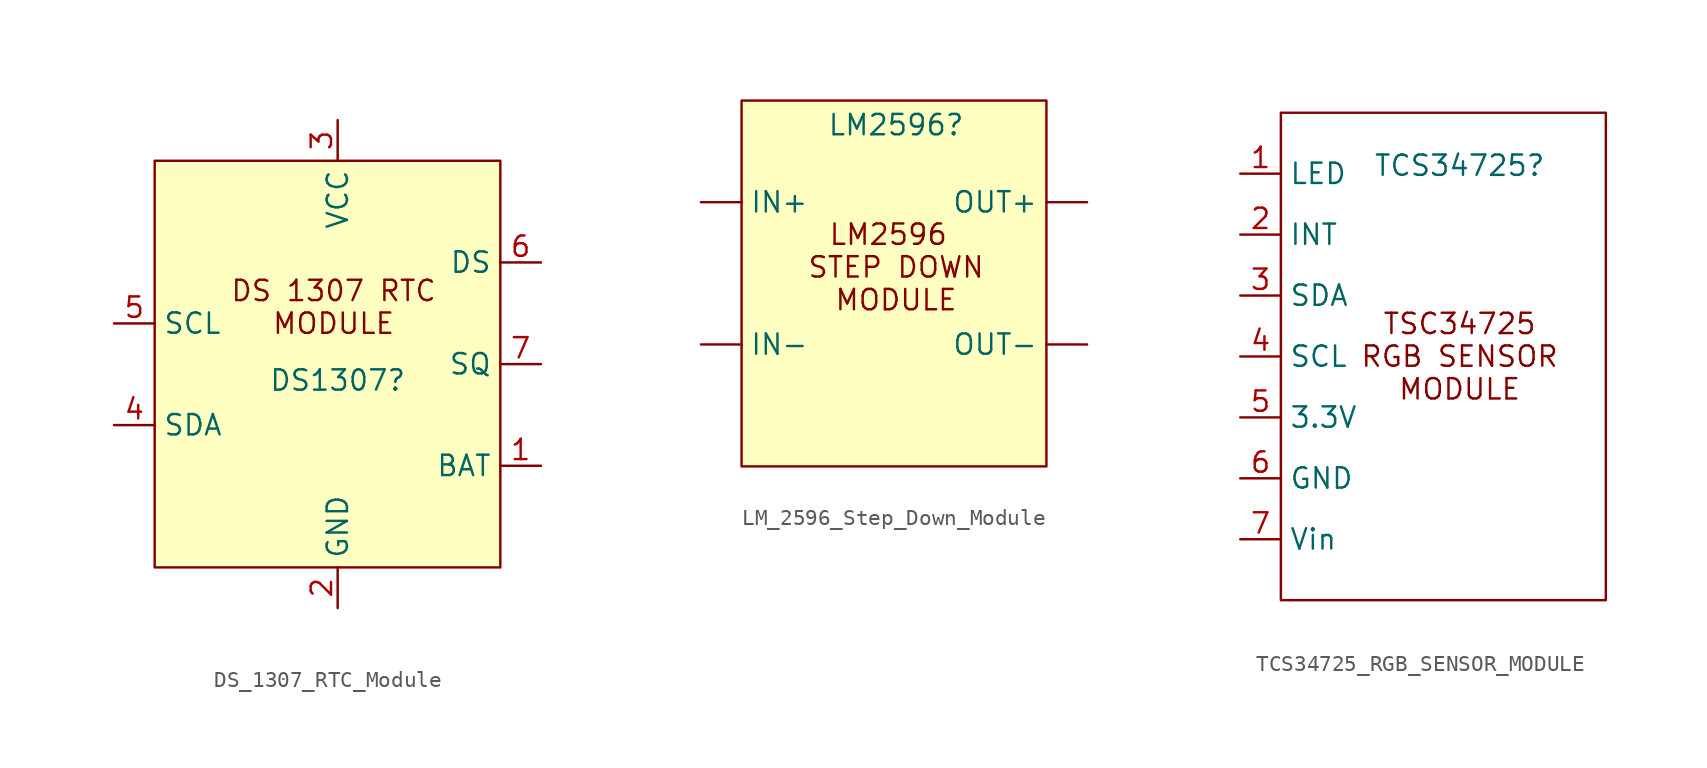
<source format=kicad_sym>
(kicad_symbol_lib
  (version 20231120)
  (generator "kicad_symbol_editor")
  (generator_version "8.0")
  (symbol "DS_1307_RTC_Module"
    (property "Reference" "DS1307"
      (at 0 0.254 0)
      (effects (font (size 1.27 1.27))))
    (property "Value" ""
      (at 0 0 0)
      (effects (font (size 1.27 1.27))))
    (symbol "DS_1307_RTC_Module_1_1"
      (rectangle (start -11.43 13.97) (end 10.16 -11.43) (stroke (width 0) (type default)) (fill (type background)))
      (text "DS 1307 RTC\nMODULE" (at -0.254 4.826 0) (effects (font (size 1.27 1.27))))
      (pin output line (at 12.7 -5.08 180) (length 2.54) (name "BAT" (effects (font (size 1.27 1.27)))) (number "1" (effects (font (size 1.27 1.27)))))
      (pin power_in line (at 0 -13.97 90) (length 2.54) (name "GND" (effects (font (size 1.27 1.27)))) (number "2" (effects (font (size 1.27 1.27)))))
      (pin power_in line (at 0 16.51 270) (length 2.54) (name "VCC" (effects (font (size 1.27 1.27)))) (number "3" (effects (font (size 1.27 1.27)))))
      (pin output line (at -13.97 -2.54 0) (length 2.54) (name "SDA" (effects (font (size 1.27 1.27)))) (number "4" (effects (font (size 1.27 1.27)))))
      (pin input line (at -13.97 3.81 0) (length 2.54) (name "SCL" (effects (font (size 1.27 1.27)))) (number "5" (effects (font (size 1.27 1.27)))))
      (pin input line (at 12.7 7.62 180) (length 2.54) (name "DS" (effects (font (size 1.27 1.27)))) (number "6" (effects (font (size 1.27 1.27)))))
      (pin input line (at 12.7 1.27 180) (length 2.54) (name "SQ" (effects (font (size 1.27 1.27)))) (number "7" (effects (font (size 1.27 1.27)))))))
  (symbol "LM_2596_Step_Down_Module"
    (property "Reference" "LM2596"
      (at -0.508 8.636 0)
      (effects (font (size 1.27 1.27))))
    (property "Value" ""
      (at 0 0 0)
      (effects (font (size 1.27 1.27))))
    (symbol "LM_2596_Step_Down_Module_1_1"
      (rectangle (start -10.16 10.16) (end 8.89 -12.7) (stroke (width 0) (type default)) (fill (type background)))
      (text "LM2596 \nSTEP DOWN\nMODULE" (at -0.508 -0.254 0) (effects (font (size 1.27 1.27))))
      (pin power_in line (at -12.7 3.81 0) (length 2.54) (name "IN+" (effects (font (size 1.27 1.27)))) (number "" (effects (font (size 1.27 1.27)))))
      (pin power_in line (at -12.7 -5.08 0) (length 2.54) (name "IN-" (effects (font (size 1.27 1.27)))) (number "" (effects (font (size 1.27 1.27)))))
      (pin power_out line (at 11.43 3.81 180) (length 2.54) (name "OUT+" (effects (font (size 1.27 1.27)))) (number "" (effects (font (size 1.27 1.27)))))
      (pin power_out line (at 11.43 -5.08 180) (length 2.54) (name "OUT-" (effects (font (size 1.27 1.27)))) (number "" (effects (font (size 1.27 1.27)))))))
  (symbol "TCS34725_RGB_SENSOR_MODULE"
    (property "Reference" "TCS34725"
      (at 1.016 11.938 0)
      (effects (font (size 1.27 1.27))))
    (property "Value" ""
      (at -3.81 1.27 0)
      (effects (font (size 1.27 1.27))))
    (symbol "TCS34725_RGB_SENSOR_MODULE_0_1"
      (rectangle (start -10.16 15.24) (end 10.16 -15.24) (stroke (width 0) (type default)) (fill (type none))))
    (symbol "TCS34725_RGB_SENSOR_MODULE_1_1"
      (text "TSC34725\nRGB SENSOR\nMODULE" (at 1.016 0 0) (effects (font (size 1.27 1.27))))
      (pin input line (at -12.7 11.43 0) (length 2.54) (name "LED" (effects (font (size 1.27 1.27)))) (number "1" (effects (font (size 1.27 1.27)))))
      (pin input line (at -12.7 7.62 0) (length 2.54) (name "INT" (effects (font (size 1.27 1.27)))) (number "2" (effects (font (size 1.27 1.27)))))
      (pin bidirectional line (at -12.7 3.81 0) (length 2.54) (name "SDA" (effects (font (size 1.27 1.27)))) (number "3" (effects (font (size 1.27 1.27)))))
      (pin input line (at -12.7 0 0) (length 2.54) (name "SCL" (effects (font (size 1.27 1.27)))) (number "4" (effects (font (size 1.27 1.27)))))
      (pin power_in line (at -12.7 -3.81 0) (length 2.54) (name "3.3V" (effects (font (size 1.27 1.27)))) (number "5" (effects (font (size 1.27 1.27)))))
      (pin power_in line (at -12.7 -7.62 0) (length 2.54) (name "GND" (effects (font (size 1.27 1.27)))) (number "6" (effects (font (size 1.27 1.27)))))
      (pin power_in line (at -12.7 -11.43 0) (length 2.54) (name "Vin" (effects (font (size 1.27 1.27)))) (number "7" (effects (font (size 1.27 1.27))))))))
</source>
